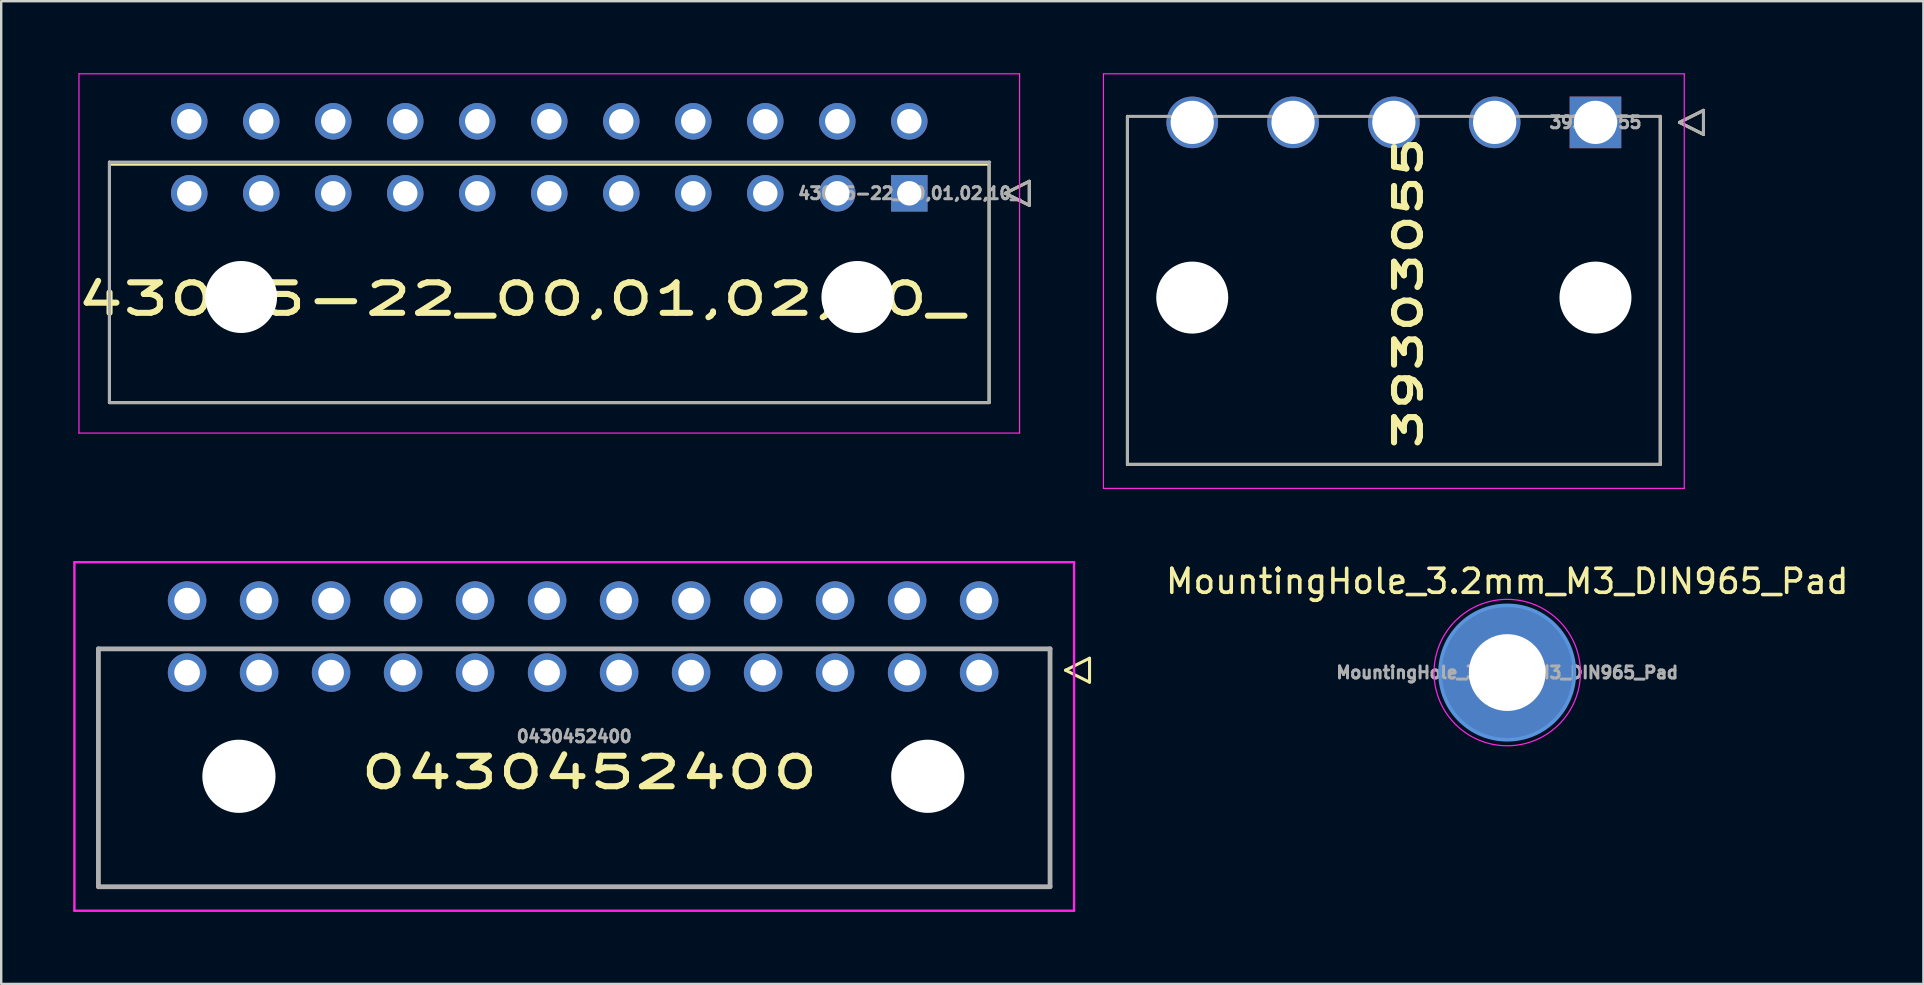
<source format=kicad_pcb>
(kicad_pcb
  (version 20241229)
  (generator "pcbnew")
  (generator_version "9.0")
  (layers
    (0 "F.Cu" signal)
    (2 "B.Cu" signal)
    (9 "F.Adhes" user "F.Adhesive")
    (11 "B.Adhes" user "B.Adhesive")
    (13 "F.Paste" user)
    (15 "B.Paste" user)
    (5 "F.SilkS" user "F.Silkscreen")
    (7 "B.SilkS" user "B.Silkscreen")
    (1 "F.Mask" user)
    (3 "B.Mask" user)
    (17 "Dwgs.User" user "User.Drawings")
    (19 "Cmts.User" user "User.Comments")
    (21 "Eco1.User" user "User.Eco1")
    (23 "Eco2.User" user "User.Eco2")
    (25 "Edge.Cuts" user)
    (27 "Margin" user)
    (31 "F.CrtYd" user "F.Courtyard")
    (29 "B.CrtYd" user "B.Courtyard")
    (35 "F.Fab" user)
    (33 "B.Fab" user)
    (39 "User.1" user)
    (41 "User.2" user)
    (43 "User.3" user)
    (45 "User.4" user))
  (footprint "MountingHole_3.2mm_M3_DIN965_Pad"
    (layer "F.Cu")
    (at 59.748 24.972)
    (property "Reference" "MountingHole_3.2mm_M3_DIN965_Pad" (at 0 -3.8 0) (layer "F.SilkS") (effects (font (size 1 1) (thickness 0.15))))
    (attr exclude_from_pos_files exclude_from_bom)
    (fp_circle (center 0 0) (end 2.8 0) (stroke (width 0.15) (type solid)) (fill no) (layer "Cmts.User"))
    (fp_circle (center 0 0) (end 3.05 0) (stroke (width 0.05) (type solid)) (fill no) (layer "F.CrtYd"))
    (fp_text user "${REFERENCE}" (at 0 0 0) (layer "F.Fab") (effects (font (size 0.5 0.5) (thickness 0.125))))
    (pad "1" thru_hole circle (at 0 0) (size 5.6 5.6) (drill 3.2) (layers "*.Cu" "*.Mask")))
  (footprint "0430452400"
    (layer "F.Cu")
    (at 37.745 24.974)
    (property "Reference" "0430452400" (at -16.24 4.16 0) (layer "F.SilkS") (effects (font (size 1.27 2) (thickness 0.254))))
    (attr through_hole)
    (fp_line (start -36.695 -0.99) (end 2.955 -0.99) (stroke (width 0.1) (type solid)) (layer "F.SilkS"))
    (fp_line (start -36.695 8.92) (end -36.695 -0.99) (stroke (width 0.1) (type solid)) (layer "F.SilkS"))
    (fp_line (start 2.955 -0.99) (end 2.955 8.92) (stroke (width 0.1) (type solid)) (layer "F.SilkS"))
    (fp_line (start 2.955 8.92) (end -36.695 8.92) (stroke (width 0.1) (type solid)) (layer "F.SilkS"))
    (fp_line (start 3.6 -0.1) (end 4.6 -0.6) (stroke (width 0.127) (type solid)) (layer "F.SilkS"))
    (fp_line (start 4.6 -0.6) (end 4.6 0.4) (stroke (width 0.127) (type solid)) (layer "F.SilkS"))
    (fp_line (start 4.6 0.4) (end 3.6 -0.1) (stroke (width 0.127) (type solid)) (layer "F.SilkS"))
    (fp_line (start -37.695 -4.6) (end 3.955 -4.6) (stroke (width 0.1) (type solid)) (layer "F.CrtYd"))
    (fp_line (start -37.695 9.92) (end -37.695 -4.6) (stroke (width 0.1) (type solid)) (layer "F.CrtYd"))
    (fp_line (start 3.955 -4.6) (end 3.955 9.92) (stroke (width 0.1) (type solid)) (layer "F.CrtYd"))
    (fp_line (start 3.955 9.92) (end -37.695 9.92) (stroke (width 0.1) (type solid)) (layer "F.CrtYd"))
    (fp_line (start -36.695 -0.99) (end 2.955 -0.99) (stroke (width 0.2) (type solid)) (layer "F.Fab"))
    (fp_line (start -36.695 8.92) (end -36.695 -0.99) (stroke (width 0.2) (type solid)) (layer "F.Fab"))
    (fp_line (start 2.955 -0.99) (end 2.955 8.92) (stroke (width 0.2) (type solid)) (layer "F.Fab"))
    (fp_line (start 2.955 8.92) (end -36.695 8.92) (stroke (width 0.2) (type solid)) (layer "F.Fab"))
    (fp_text user "${REFERENCE}" (at -16.87 2.66 0) (layer "F.Fab") (effects (font (size 0.5 0.5) (thickness 0.2))))
    (pad "" np_thru_hole circle (at -30.84 4.32) (size 3.05 3.05) (drill 3.05) (layers "*.Cu" "*.Mask"))
    (pad "" np_thru_hole circle (at -2.14 4.32) (size 3.05 3.05) (drill 3.05) (layers "*.Cu" "*.Mask"))
    (pad "1" thru_hole circle (at 0 0) (size 1.605 1.605) (drill 1.07) (layers "*.Cu" "*.Mask"))
    (pad "2" thru_hole circle (at -3 0) (size 1.605 1.605) (drill 1.07) (layers "*.Cu" "*.Mask"))
    (pad "3" thru_hole circle (at -6 0) (size 1.605 1.605) (drill 1.07) (layers "*.Cu" "*.Mask"))
    (pad "4" thru_hole circle (at -9 0) (size 1.605 1.605) (drill 1.07) (layers "*.Cu" "*.Mask"))
    (pad "5" thru_hole circle (at -12 0) (size 1.605 1.605) (drill 1.07) (layers "*.Cu" "*.Mask"))
    (pad "6" thru_hole circle (at -15 0) (size 1.605 1.605) (drill 1.07) (layers "*.Cu" "*.Mask"))
    (pad "7" thru_hole circle (at -18 0) (size 1.605 1.605) (drill 1.07) (layers "*.Cu" "*.Mask"))
    (pad "8" thru_hole circle (at -21 0) (size 1.605 1.605) (drill 1.07) (layers "*.Cu" "*.Mask"))
    (pad "9" thru_hole circle (at -24 0) (size 1.605 1.605) (drill 1.07) (layers "*.Cu" "*.Mask"))
    (pad "10" thru_hole circle (at -27 0) (size 1.605 1.605) (drill 1.07) (layers "*.Cu" "*.Mask"))
    (pad "11" thru_hole circle (at -30 0) (size 1.605 1.605) (drill 1.07) (layers "*.Cu" "*.Mask"))
    (pad "12" thru_hole circle (at -33 0) (size 1.605 1.605) (drill 1.07) (layers "*.Cu" "*.Mask"))
    (pad "13" thru_hole circle (at 0 -3) (size 1.605 1.605) (drill 1.07) (layers "*.Cu" "*.Mask"))
    (pad "14" thru_hole circle (at -3 -3) (size 1.605 1.605) (drill 1.07) (layers "*.Cu" "*.Mask"))
    (pad "15" thru_hole circle (at -6 -3) (size 1.605 1.605) (drill 1.07) (layers "*.Cu" "*.Mask"))
    (pad "16" thru_hole circle (at -9 -3) (size 1.605 1.605) (drill 1.07) (layers "*.Cu" "*.Mask"))
    (pad "17" thru_hole circle (at -12 -3) (size 1.605 1.605) (drill 1.07) (layers "*.Cu" "*.Mask"))
    (pad "18" thru_hole circle (at -15 -3) (size 1.605 1.605) (drill 1.07) (layers "*.Cu" "*.Mask"))
    (pad "19" thru_hole circle (at -18 -3) (size 1.605 1.605) (drill 1.07) (layers "*.Cu" "*.Mask"))
    (pad "20" thru_hole circle (at -21 -3) (size 1.605 1.605) (drill 1.07) (layers "*.Cu" "*.Mask"))
    (pad "21" thru_hole circle (at -24 -3) (size 1.605 1.605) (drill 1.07) (layers "*.Cu" "*.Mask"))
    (pad "22" thru_hole circle (at -27 -3) (size 1.605 1.605) (drill 1.07) (layers "*.Cu" "*.Mask"))
    (pad "23" thru_hole circle (at -30 -3) (size 1.605 1.605) (drill 1.07) (layers "*.Cu" "*.Mask"))
    (pad "24" thru_hole circle (at -33 -3) (size 1.605 1.605) (drill 1.07) (layers "*.Cu" "*.Mask")))
  (footprint "39303055"
    (layer "F.Cu")
    (at 63.424 2.049)
    (property "Reference" "39303055" (at -7.8 7.1 90) (layer "F.SilkS") (effects (font (size 1.079 1.7) (thickness 0.254))))
    (attr through_hole)
    (fp_line (start -19.5 14.25) (end -19.5 -0.25) (stroke (width 0.127) (type solid)) (layer "F.SilkS"))
    (fp_line (start 2.7 -0.25) (end 2.7 14.25) (stroke (width 0.127) (type solid)) (layer "F.SilkS"))
    (fp_line (start 2.7 14.25) (end -19.5 14.25) (stroke (width 0.127) (type solid)) (layer "F.SilkS"))
    (fp_line (start 3.5 0) (end 4.5 -0.5) (stroke (width 0.127) (type solid)) (layer "F.SilkS"))
    (fp_line (start 4.5 -0.5) (end 4.5 0.5) (stroke (width 0.127) (type solid)) (layer "F.SilkS"))
    (fp_line (start 4.5 0.5) (end 3.5 0) (stroke (width 0.127) (type solid)) (layer "F.SilkS"))
    (fp_line (start -20.5 -2.024) (end 3.7 -2.024) (stroke (width 0.05) (type solid)) (layer "F.CrtYd"))
    (fp_line (start -20.5 15.25) (end -20.5 -2.024) (stroke (width 0.05) (type solid)) (layer "F.CrtYd"))
    (fp_line (start 3.7 -2.024) (end 3.7 15.25) (stroke (width 0.05) (type solid)) (layer "F.CrtYd"))
    (fp_line (start 3.7 15.25) (end -20.5 15.25) (stroke (width 0.05) (type solid)) (layer "F.CrtYd"))
    (fp_line (start -19.5 -0.25) (end 2.7 -0.25) (stroke (width 0.127) (type solid)) (layer "F.Fab"))
    (fp_line (start -19.5 14.25) (end -19.5 -0.25) (stroke (width 0.127) (type solid)) (layer "F.Fab"))
    (fp_line (start 2.7 -0.25) (end 2.7 14.25) (stroke (width 0.127) (type solid)) (layer "F.Fab"))
    (fp_line (start 2.7 14.25) (end -19.5 14.25) (stroke (width 0.127) (type solid)) (layer "F.Fab"))
    (fp_line (start 3.5 0) (end 4.5 -0.5) (stroke (width 0.127) (type solid)) (layer "F.Fab"))
    (fp_line (start 4.5 -0.5) (end 4.5 0.5) (stroke (width 0.127) (type solid)) (layer "F.Fab"))
    (fp_line (start 4.5 0.5) (end 3.5 0) (stroke (width 0.127) (type solid)) (layer "F.Fab"))
    (fp_text user "${REFERENCE}" (at 0 0 0) (layer "F.Fab") (effects (font (size 0.5 0.5) (thickness 0.2))))
    (pad "" np_thru_hole circle (at -16.8 7.3) (size 3 3) (drill 3) (layers "*.Cu" "*.Mask"))
    (pad "" np_thru_hole circle (at 0 7.3) (size 3 3) (drill 3) (layers "*.Cu" "*.Mask"))
    (pad "1" thru_hole rect (at 0 0) (size 2.15 2.15) (drill 1.8) (layers "*.Cu" "*.Mask"))
    (pad "2" thru_hole circle (at -4.2 0) (size 2.15 2.15) (drill 1.8) (layers "*.Cu" "*.Mask"))
    (pad "3" thru_hole circle (at -8.4 0) (size 2.15 2.15) (drill 1.8) (layers "*.Cu" "*.Mask"))
    (pad "4" thru_hole circle (at -12.6 0) (size 2.15 2.15) (drill 1.8) (layers "*.Cu" "*.Mask"))
    (pad "5" thru_hole circle (at -16.8 0) (size 2.15 2.15) (drill 1.8) (layers "*.Cu" "*.Mask")))
  (footprint "43045-22_00,01,02,10_"
    (layer "F.Cu")
    (at 34.835 5.004)
    (property "Reference" "43045-22_00,01,02,10_" (at -16.178 4.405 0) (layer "F.SilkS") (effects (font (size 1.27 2) (thickness 0.254) (bold yes))))
    (attr through_hole)
    (fp_line (start -33.325 8.72) (end -33.325 -1.3) (stroke (width 0.127) (type solid)) (layer "F.SilkS"))
    (fp_line (start 3.325 -1.2) (end -33.325 -1.2) (stroke (width 0.1) (type default)) (layer "F.SilkS"))
    (fp_line (start 3.325 -1.2) (end 3.325 8.72) (stroke (width 0.127) (type solid)) (layer "F.SilkS"))
    (fp_line (start 3.325 8.72) (end -33.325 8.72) (stroke (width 0.127) (type solid)) (layer "F.SilkS"))
    (fp_line (start 4 0) (end 5 -0.5) (stroke (width 0.127) (type solid)) (layer "F.SilkS"))
    (fp_line (start 5 -0.5) (end 5 0.5) (stroke (width 0.127) (type solid)) (layer "F.SilkS"))
    (fp_line (start 5 0.5) (end 4 0) (stroke (width 0.127) (type solid)) (layer "F.SilkS"))
    (fp_line (start -34.595 -4.979) (end 4.595 -4.979) (stroke (width 0.05) (type solid)) (layer "F.CrtYd"))
    (fp_line (start -34.595 9.99) (end -34.595 -4.979) (stroke (width 0.05) (type solid)) (layer "F.CrtYd"))
    (fp_line (start 4.595 -4.979) (end 4.595 9.99) (stroke (width 0.05) (type solid)) (layer "F.CrtYd"))
    (fp_line (start 4.595 9.99) (end -34.595 9.99) (stroke (width 0.05) (type solid)) (layer "F.CrtYd"))
    (fp_line (start -33.325 8.72) (end -33.325 -1.3) (stroke (width 0.127) (type solid)) (layer "F.Fab"))
    (fp_line (start -33.3 -1.3) (end 3.35 -1.3) (stroke (width 0.127) (type solid)) (layer "F.Fab"))
    (fp_line (start 3.325 -1.3) (end 3.325 8.72) (stroke (width 0.127) (type solid)) (layer "F.Fab"))
    (fp_line (start 3.325 8.72) (end -33.325 8.72) (stroke (width 0.127) (type solid)) (layer "F.Fab"))
    (fp_line (start 4 0) (end 5 -0.5) (stroke (width 0.127) (type solid)) (layer "F.Fab"))
    (fp_line (start 5 -0.5) (end 5 0.5) (stroke (width 0.127) (type solid)) (layer "F.Fab"))
    (fp_line (start 5 0.5) (end 4 0) (stroke (width 0.127) (type solid)) (layer "F.Fab"))
    (fp_text user "${REFERENCE}" (at 0 0 0) (layer "F.Fab") (effects (font (size 0.5 0.5) (thickness 0.2))))
    (pad "" np_thru_hole circle (at -27.84 4.32) (size 3 3) (drill 3) (layers "*.Cu" "*.Mask"))
    (pad "" np_thru_hole circle (at -2.16 4.32) (size 3 3) (drill 3) (layers "*.Cu" "*.Mask"))
    (pad "1" thru_hole rect (at 0 0) (size 1.52 1.52) (drill 1.02) (layers "*.Cu" "*.Mask"))
    (pad "2" thru_hole circle (at -3 0) (size 1.52 1.52) (drill 1.02) (layers "*.Cu" "*.Mask"))
    (pad "3" thru_hole circle (at -6 0) (size 1.52 1.52) (drill 1.02) (layers "*.Cu" "*.Mask"))
    (pad "4" thru_hole circle (at -9 0) (size 1.52 1.52) (drill 1.02) (layers "*.Cu" "*.Mask"))
    (pad "5" thru_hole circle (at -12 0) (size 1.52 1.52) (drill 1.02) (layers "*.Cu" "*.Mask"))
    (pad "6" thru_hole circle (at -15 0) (size 1.52 1.52) (drill 1.02) (layers "*.Cu" "*.Mask"))
    (pad "7" thru_hole circle (at -18 0) (size 1.52 1.52) (drill 1.02) (layers "*.Cu" "*.Mask"))
    (pad "8" thru_hole circle (at -21 0) (size 1.52 1.52) (drill 1.02) (layers "*.Cu" "*.Mask"))
    (pad "9" thru_hole circle (at -24 0) (size 1.52 1.52) (drill 1.02) (layers "*.Cu" "*.Mask"))
    (pad "10" thru_hole circle (at -27 0) (size 1.52 1.52) (drill 1.02) (layers "*.Cu" "*.Mask"))
    (pad "11" thru_hole circle (at -30 0) (size 1.52 1.52) (drill 1.02) (layers "*.Cu" "*.Mask"))
    (pad "12" thru_hole circle (at 0 -3) (size 1.52 1.52) (drill 1.02) (layers "*.Cu" "*.Mask"))
    (pad "13" thru_hole circle (at -3 -3) (size 1.52 1.52) (drill 1.02) (layers "*.Cu" "*.Mask"))
    (pad "14" thru_hole circle (at -6 -3) (size 1.52 1.52) (drill 1.02) (layers "*.Cu" "*.Mask"))
    (pad "15" thru_hole circle (at -9 -3) (size 1.52 1.52) (drill 1.02) (layers "*.Cu" "*.Mask"))
    (pad "16" thru_hole circle (at -12 -3) (size 1.52 1.52) (drill 1.02) (layers "*.Cu" "*.Mask"))
    (pad "17" thru_hole circle (at -15 -3) (size 1.52 1.52) (drill 1.02) (layers "*.Cu" "*.Mask"))
    (pad "18" thru_hole circle (at -18 -3) (size 1.52 1.52) (drill 1.02) (layers "*.Cu" "*.Mask"))
    (pad "19" thru_hole circle (at -21 -3) (size 1.52 1.52) (drill 1.02) (layers "*.Cu" "*.Mask"))
    (pad "20" thru_hole circle (at -24 -3) (size 1.52 1.52) (drill 1.02) (layers "*.Cu" "*.Mask"))
    (pad "21" thru_hole circle (at -27 -3) (size 1.52 1.52) (drill 1.02) (layers "*.Cu" "*.Mask"))
    (pad "22" thru_hole circle (at -30 -3) (size 1.52 1.52) (drill 1.02) (layers "*.Cu" "*.Mask")))
  (gr_rect
    (start -3 -3)
    (end 77.087 37.944)
    (stroke (width 0.1) (type default))
    (fill no)
    (layer "Edge.Cuts")))
</source>
